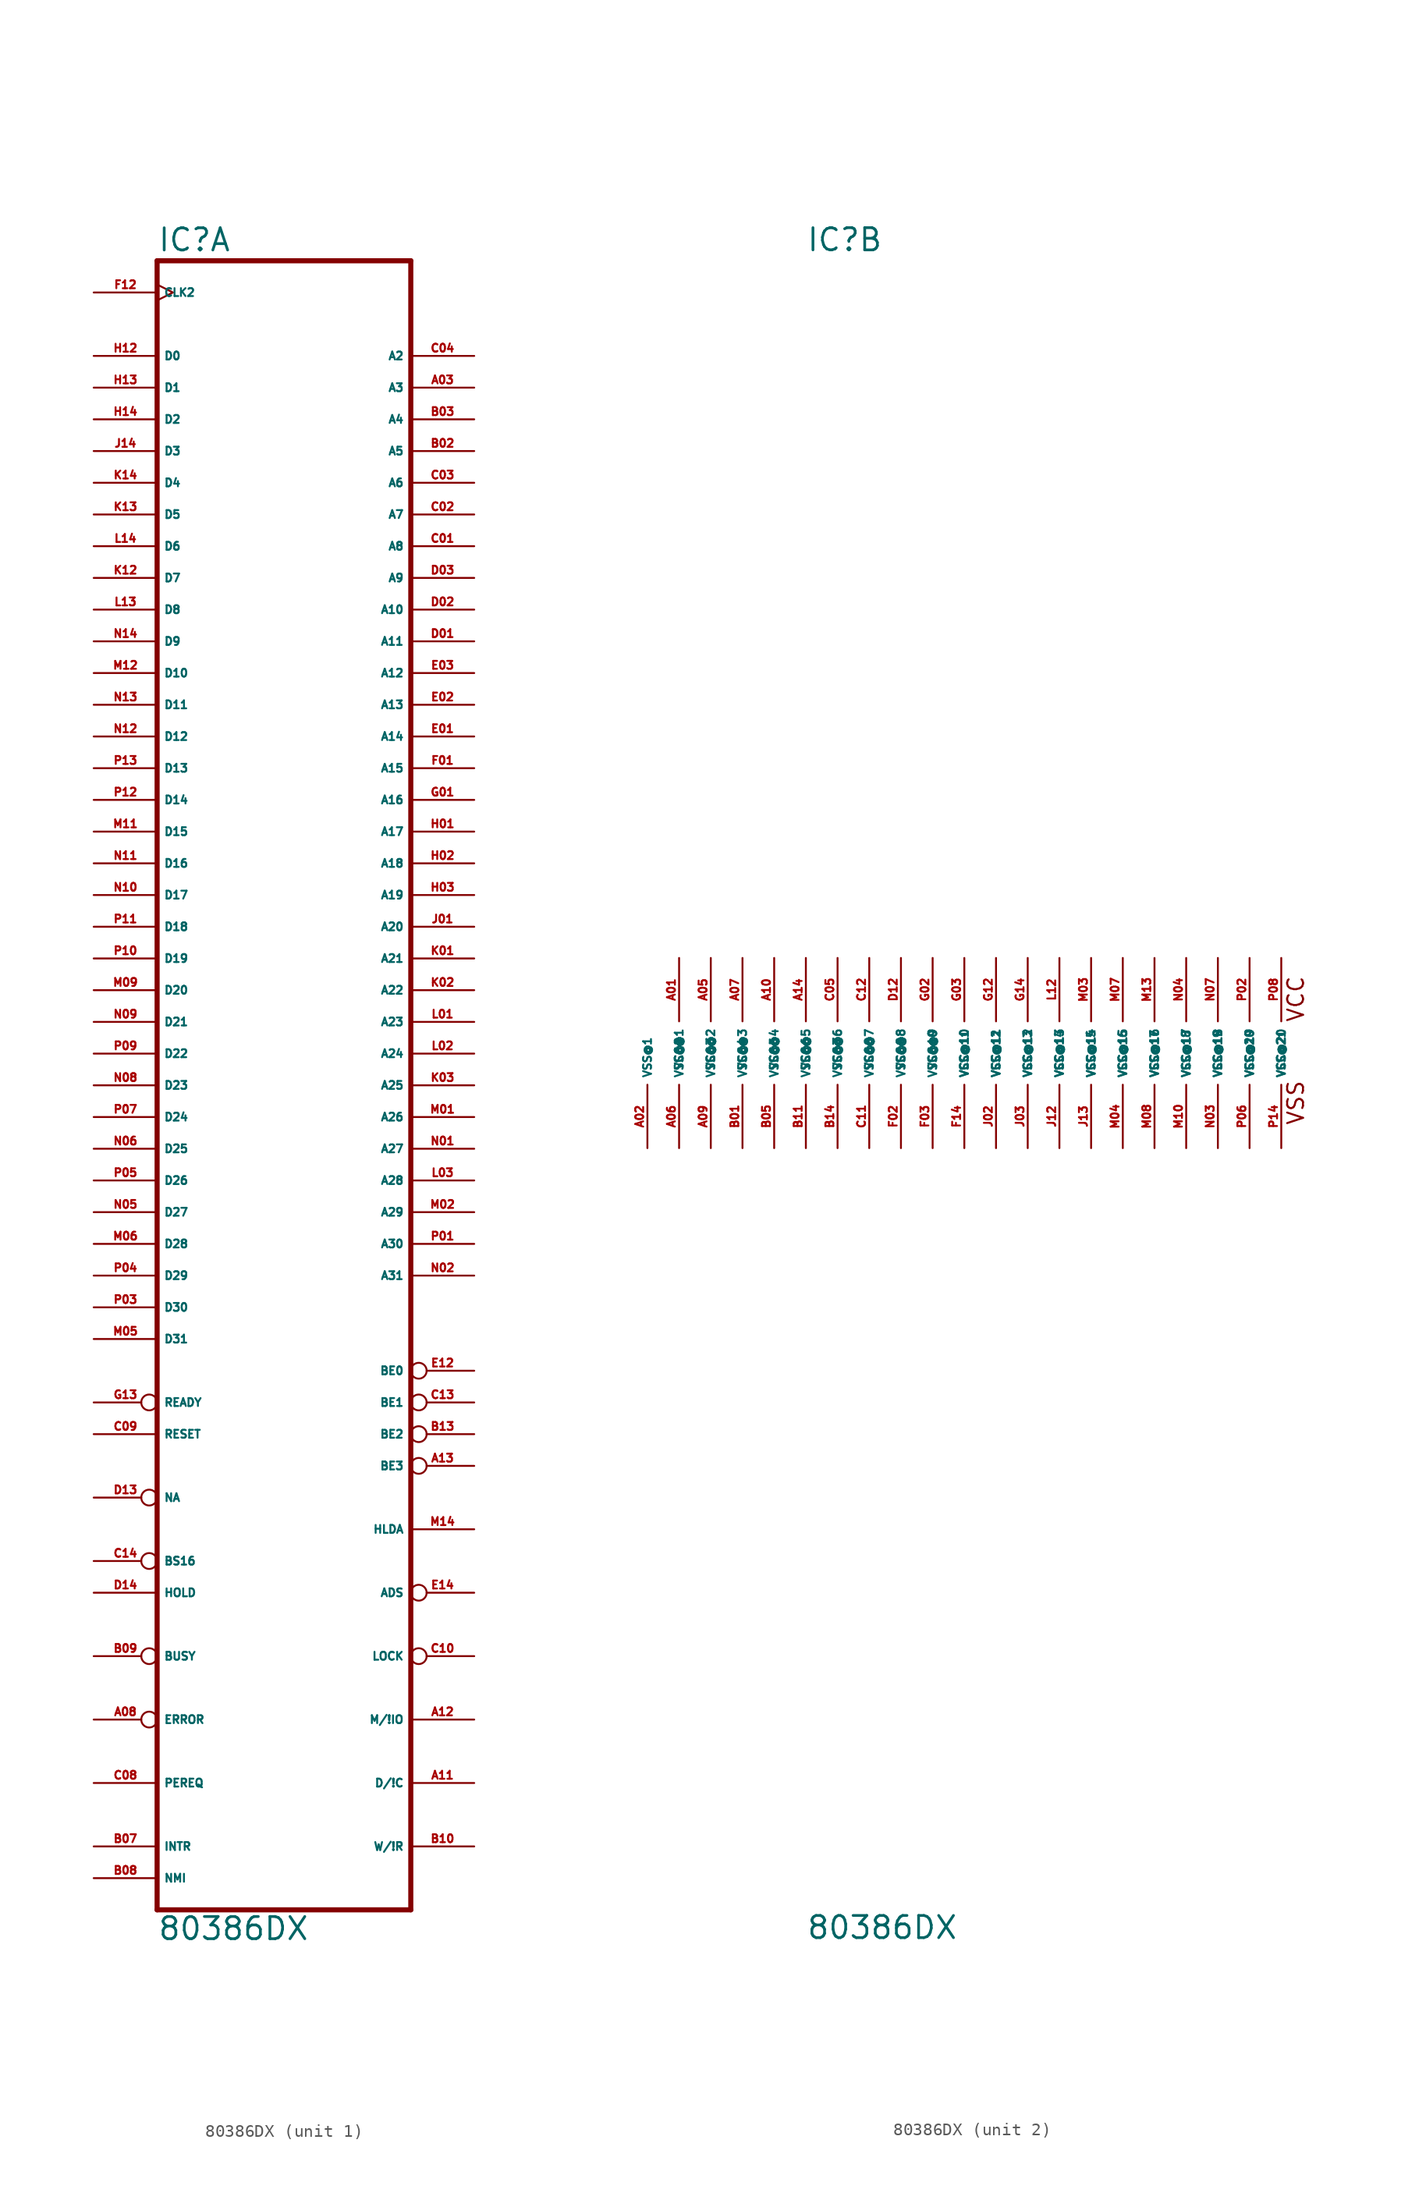
<source format=kicad_sym>
(kicad_symbol_lib
  (version 20220914)
  (generator Eagle2Kicad)
  (symbol "80386DX"
    (property "Reference" "IC"
      (at -10.16 64.135 0)
      (effects (font (size 1.778 1.778) (thickness 0.22)) (justify left bottom)))
    (property "Value" "80386DX"
      (at -10.16 -71.12 0)
      (effects (font (size 1.778 1.778) (thickness 0.22)) (justify left bottom)))
    (symbol "80386DX_1_0"
      (polyline (pts (xy -10.16 -68.58) (xy 10.16 -68.58)) (stroke (width 0.406) (type default)) (fill (type none)))
      (polyline (pts (xy 10.16 63.5) (xy 10.16 -68.58)) (stroke (width 0.406) (type default)) (fill (type none)))
      (polyline (pts (xy 10.16 63.5) (xy -10.16 63.5)) (stroke (width 0.406) (type default)) (fill (type none)))
      (polyline (pts (xy -10.16 -68.58) (xy -10.16 63.5)) (stroke (width 0.406) (type default)) (fill (type none)))
      (pin input clock (at -15.24 60.96 0) (length 5.08) (name "CLK2" (effects (font (size 0.635 0.635) (thickness 0.08)) (justify left bottom))) (number "F12" (effects (font (size 0.635 0.635) (thickness 0.08)) (justify left bottom))))
      (pin output line (at 15.24 55.88 180) (length 5.08) (name "A2" (effects (font (size 0.635 0.635) (thickness 0.08)) (justify left bottom))) (number "C04" (effects (font (size 0.635 0.635) (thickness 0.08)) (justify left bottom))))
      (pin output line (at 15.24 53.34 180) (length 5.08) (name "A3" (effects (font (size 0.635 0.635) (thickness 0.08)) (justify left bottom))) (number "A03" (effects (font (size 0.635 0.635) (thickness 0.08)) (justify left bottom))))
      (pin output line (at 15.24 50.8 180) (length 5.08) (name "A4" (effects (font (size 0.635 0.635) (thickness 0.08)) (justify left bottom))) (number "B03" (effects (font (size 0.635 0.635) (thickness 0.08)) (justify left bottom))))
      (pin output line (at 15.24 48.26 180) (length 5.08) (name "A5" (effects (font (size 0.635 0.635) (thickness 0.08)) (justify left bottom))) (number "B02" (effects (font (size 0.635 0.635) (thickness 0.08)) (justify left bottom))))
      (pin output line (at 15.24 45.72 180) (length 5.08) (name "A6" (effects (font (size 0.635 0.635) (thickness 0.08)) (justify left bottom))) (number "C03" (effects (font (size 0.635 0.635) (thickness 0.08)) (justify left bottom))))
      (pin output line (at 15.24 43.18 180) (length 5.08) (name "A7" (effects (font (size 0.635 0.635) (thickness 0.08)) (justify left bottom))) (number "C02" (effects (font (size 0.635 0.635) (thickness 0.08)) (justify left bottom))))
      (pin output line (at 15.24 40.64 180) (length 5.08) (name "A8" (effects (font (size 0.635 0.635) (thickness 0.08)) (justify left bottom))) (number "C01" (effects (font (size 0.635 0.635) (thickness 0.08)) (justify left bottom))))
      (pin output line (at 15.24 38.1 180) (length 5.08) (name "A9" (effects (font (size 0.635 0.635) (thickness 0.08)) (justify left bottom))) (number "D03" (effects (font (size 0.635 0.635) (thickness 0.08)) (justify left bottom))))
      (pin output line (at 15.24 35.56 180) (length 5.08) (name "A10" (effects (font (size 0.635 0.635) (thickness 0.08)) (justify left bottom))) (number "D02" (effects (font (size 0.635 0.635) (thickness 0.08)) (justify left bottom))))
      (pin output line (at 15.24 33.02 180) (length 5.08) (name "A11" (effects (font (size 0.635 0.635) (thickness 0.08)) (justify left bottom))) (number "D01" (effects (font (size 0.635 0.635) (thickness 0.08)) (justify left bottom))))
      (pin output line (at 15.24 30.48 180) (length 5.08) (name "A12" (effects (font (size 0.635 0.635) (thickness 0.08)) (justify left bottom))) (number "E03" (effects (font (size 0.635 0.635) (thickness 0.08)) (justify left bottom))))
      (pin output line (at 15.24 27.94 180) (length 5.08) (name "A13" (effects (font (size 0.635 0.635) (thickness 0.08)) (justify left bottom))) (number "E02" (effects (font (size 0.635 0.635) (thickness 0.08)) (justify left bottom))))
      (pin output line (at 15.24 25.4 180) (length 5.08) (name "A14" (effects (font (size 0.635 0.635) (thickness 0.08)) (justify left bottom))) (number "E01" (effects (font (size 0.635 0.635) (thickness 0.08)) (justify left bottom))))
      (pin output line (at 15.24 22.86 180) (length 5.08) (name "A15" (effects (font (size 0.635 0.635) (thickness 0.08)) (justify left bottom))) (number "F01" (effects (font (size 0.635 0.635) (thickness 0.08)) (justify left bottom))))
      (pin output line (at 15.24 20.32 180) (length 5.08) (name "A16" (effects (font (size 0.635 0.635) (thickness 0.08)) (justify left bottom))) (number "G01" (effects (font (size 0.635 0.635) (thickness 0.08)) (justify left bottom))))
      (pin output line (at 15.24 17.78 180) (length 5.08) (name "A17" (effects (font (size 0.635 0.635) (thickness 0.08)) (justify left bottom))) (number "H01" (effects (font (size 0.635 0.635) (thickness 0.08)) (justify left bottom))))
      (pin output line (at 15.24 15.24 180) (length 5.08) (name "A18" (effects (font (size 0.635 0.635) (thickness 0.08)) (justify left bottom))) (number "H02" (effects (font (size 0.635 0.635) (thickness 0.08)) (justify left bottom))))
      (pin output line (at 15.24 12.7 180) (length 5.08) (name "A19" (effects (font (size 0.635 0.635) (thickness 0.08)) (justify left bottom))) (number "H03" (effects (font (size 0.635 0.635) (thickness 0.08)) (justify left bottom))))
      (pin output line (at 15.24 10.16 180) (length 5.08) (name "A20" (effects (font (size 0.635 0.635) (thickness 0.08)) (justify left bottom))) (number "J01" (effects (font (size 0.635 0.635) (thickness 0.08)) (justify left bottom))))
      (pin output line (at 15.24 7.62 180) (length 5.08) (name "A21" (effects (font (size 0.635 0.635) (thickness 0.08)) (justify left bottom))) (number "K01" (effects (font (size 0.635 0.635) (thickness 0.08)) (justify left bottom))))
      (pin output line (at 15.24 5.08 180) (length 5.08) (name "A22" (effects (font (size 0.635 0.635) (thickness 0.08)) (justify left bottom))) (number "K02" (effects (font (size 0.635 0.635) (thickness 0.08)) (justify left bottom))))
      (pin output line (at 15.24 2.54 180) (length 5.08) (name "A23" (effects (font (size 0.635 0.635) (thickness 0.08)) (justify left bottom))) (number "L01" (effects (font (size 0.635 0.635) (thickness 0.08)) (justify left bottom))))
      (pin output line (at 15.24 0 180) (length 5.08) (name "A24" (effects (font (size 0.635 0.635) (thickness 0.08)) (justify left bottom))) (number "L02" (effects (font (size 0.635 0.635) (thickness 0.08)) (justify left bottom))))
      (pin output line (at 15.24 -2.54 180) (length 5.08) (name "A25" (effects (font (size 0.635 0.635) (thickness 0.08)) (justify left bottom))) (number "K03" (effects (font (size 0.635 0.635) (thickness 0.08)) (justify left bottom))))
      (pin output line (at 15.24 -5.08 180) (length 5.08) (name "A26" (effects (font (size 0.635 0.635) (thickness 0.08)) (justify left bottom))) (number "M01" (effects (font (size 0.635 0.635) (thickness 0.08)) (justify left bottom))))
      (pin output line (at 15.24 -7.62 180) (length 5.08) (name "A27" (effects (font (size 0.635 0.635) (thickness 0.08)) (justify left bottom))) (number "N01" (effects (font (size 0.635 0.635) (thickness 0.08)) (justify left bottom))))
      (pin output line (at 15.24 -10.16 180) (length 5.08) (name "A28" (effects (font (size 0.635 0.635) (thickness 0.08)) (justify left bottom))) (number "L03" (effects (font (size 0.635 0.635) (thickness 0.08)) (justify left bottom))))
      (pin output line (at 15.24 -12.7 180) (length 5.08) (name "A29" (effects (font (size 0.635 0.635) (thickness 0.08)) (justify left bottom))) (number "M02" (effects (font (size 0.635 0.635) (thickness 0.08)) (justify left bottom))))
      (pin output line (at 15.24 -15.24 180) (length 5.08) (name "A30" (effects (font (size 0.635 0.635) (thickness 0.08)) (justify left bottom))) (number "P01" (effects (font (size 0.635 0.635) (thickness 0.08)) (justify left bottom))))
      (pin output line (at 15.24 -17.78 180) (length 5.08) (name "A31" (effects (font (size 0.635 0.635) (thickness 0.08)) (justify left bottom))) (number "N02" (effects (font (size 0.635 0.635) (thickness 0.08)) (justify left bottom))))
      (pin bidirectional line (at -15.24 55.88 0) (length 5.08) (name "D0" (effects (font (size 0.635 0.635) (thickness 0.08)) (justify left bottom))) (number "H12" (effects (font (size 0.635 0.635) (thickness 0.08)) (justify left bottom))))
      (pin bidirectional line (at -15.24 53.34 0) (length 5.08) (name "D1" (effects (font (size 0.635 0.635) (thickness 0.08)) (justify left bottom))) (number "H13" (effects (font (size 0.635 0.635) (thickness 0.08)) (justify left bottom))))
      (pin bidirectional line (at -15.24 50.8 0) (length 5.08) (name "D2" (effects (font (size 0.635 0.635) (thickness 0.08)) (justify left bottom))) (number "H14" (effects (font (size 0.635 0.635) (thickness 0.08)) (justify left bottom))))
      (pin bidirectional line (at -15.24 48.26 0) (length 5.08) (name "D3" (effects (font (size 0.635 0.635) (thickness 0.08)) (justify left bottom))) (number "J14" (effects (font (size 0.635 0.635) (thickness 0.08)) (justify left bottom))))
      (pin bidirectional line (at -15.24 45.72 0) (length 5.08) (name "D4" (effects (font (size 0.635 0.635) (thickness 0.08)) (justify left bottom))) (number "K14" (effects (font (size 0.635 0.635) (thickness 0.08)) (justify left bottom))))
      (pin bidirectional line (at -15.24 43.18 0) (length 5.08) (name "D5" (effects (font (size 0.635 0.635) (thickness 0.08)) (justify left bottom))) (number "K13" (effects (font (size 0.635 0.635) (thickness 0.08)) (justify left bottom))))
      (pin bidirectional line (at -15.24 40.64 0) (length 5.08) (name "D6" (effects (font (size 0.635 0.635) (thickness 0.08)) (justify left bottom))) (number "L14" (effects (font (size 0.635 0.635) (thickness 0.08)) (justify left bottom))))
      (pin bidirectional line (at -15.24 38.1 0) (length 5.08) (name "D7" (effects (font (size 0.635 0.635) (thickness 0.08)) (justify left bottom))) (number "K12" (effects (font (size 0.635 0.635) (thickness 0.08)) (justify left bottom))))
      (pin bidirectional line (at -15.24 35.56 0) (length 5.08) (name "D8" (effects (font (size 0.635 0.635) (thickness 0.08)) (justify left bottom))) (number "L13" (effects (font (size 0.635 0.635) (thickness 0.08)) (justify left bottom))))
      (pin bidirectional line (at -15.24 33.02 0) (length 5.08) (name "D9" (effects (font (size 0.635 0.635) (thickness 0.08)) (justify left bottom))) (number "N14" (effects (font (size 0.635 0.635) (thickness 0.08)) (justify left bottom))))
      (pin bidirectional line (at -15.24 30.48 0) (length 5.08) (name "D10" (effects (font (size 0.635 0.635) (thickness 0.08)) (justify left bottom))) (number "M12" (effects (font (size 0.635 0.635) (thickness 0.08)) (justify left bottom))))
      (pin bidirectional line (at -15.24 27.94 0) (length 5.08) (name "D11" (effects (font (size 0.635 0.635) (thickness 0.08)) (justify left bottom))) (number "N13" (effects (font (size 0.635 0.635) (thickness 0.08)) (justify left bottom))))
      (pin bidirectional line (at -15.24 25.4 0) (length 5.08) (name "D12" (effects (font (size 0.635 0.635) (thickness 0.08)) (justify left bottom))) (number "N12" (effects (font (size 0.635 0.635) (thickness 0.08)) (justify left bottom))))
      (pin bidirectional line (at -15.24 22.86 0) (length 5.08) (name "D13" (effects (font (size 0.635 0.635) (thickness 0.08)) (justify left bottom))) (number "P13" (effects (font (size 0.635 0.635) (thickness 0.08)) (justify left bottom))))
      (pin bidirectional line (at -15.24 20.32 0) (length 5.08) (name "D14" (effects (font (size 0.635 0.635) (thickness 0.08)) (justify left bottom))) (number "P12" (effects (font (size 0.635 0.635) (thickness 0.08)) (justify left bottom))))
      (pin bidirectional line (at -15.24 17.78 0) (length 5.08) (name "D15" (effects (font (size 0.635 0.635) (thickness 0.08)) (justify left bottom))) (number "M11" (effects (font (size 0.635 0.635) (thickness 0.08)) (justify left bottom))))
      (pin bidirectional line (at -15.24 15.24 0) (length 5.08) (name "D16" (effects (font (size 0.635 0.635) (thickness 0.08)) (justify left bottom))) (number "N11" (effects (font (size 0.635 0.635) (thickness 0.08)) (justify left bottom))))
      (pin bidirectional line (at -15.24 12.7 0) (length 5.08) (name "D17" (effects (font (size 0.635 0.635) (thickness 0.08)) (justify left bottom))) (number "N10" (effects (font (size 0.635 0.635) (thickness 0.08)) (justify left bottom))))
      (pin bidirectional line (at -15.24 10.16 0) (length 5.08) (name "D18" (effects (font (size 0.635 0.635) (thickness 0.08)) (justify left bottom))) (number "P11" (effects (font (size 0.635 0.635) (thickness 0.08)) (justify left bottom))))
      (pin bidirectional line (at -15.24 7.62 0) (length 5.08) (name "D19" (effects (font (size 0.635 0.635) (thickness 0.08)) (justify left bottom))) (number "P10" (effects (font (size 0.635 0.635) (thickness 0.08)) (justify left bottom))))
      (pin bidirectional line (at -15.24 5.08 0) (length 5.08) (name "D20" (effects (font (size 0.635 0.635) (thickness 0.08)) (justify left bottom))) (number "M09" (effects (font (size 0.635 0.635) (thickness 0.08)) (justify left bottom))))
      (pin bidirectional line (at -15.24 2.54 0) (length 5.08) (name "D21" (effects (font (size 0.635 0.635) (thickness 0.08)) (justify left bottom))) (number "N09" (effects (font (size 0.635 0.635) (thickness 0.08)) (justify left bottom))))
      (pin bidirectional line (at -15.24 0 0) (length 5.08) (name "D22" (effects (font (size 0.635 0.635) (thickness 0.08)) (justify left bottom))) (number "P09" (effects (font (size 0.635 0.635) (thickness 0.08)) (justify left bottom))))
      (pin bidirectional line (at -15.24 -2.54 0) (length 5.08) (name "D23" (effects (font (size 0.635 0.635) (thickness 0.08)) (justify left bottom))) (number "N08" (effects (font (size 0.635 0.635) (thickness 0.08)) (justify left bottom))))
      (pin bidirectional line (at -15.24 -5.08 0) (length 5.08) (name "D24" (effects (font (size 0.635 0.635) (thickness 0.08)) (justify left bottom))) (number "P07" (effects (font (size 0.635 0.635) (thickness 0.08)) (justify left bottom))))
      (pin bidirectional line (at -15.24 -7.62 0) (length 5.08) (name "D25" (effects (font (size 0.635 0.635) (thickness 0.08)) (justify left bottom))) (number "N06" (effects (font (size 0.635 0.635) (thickness 0.08)) (justify left bottom))))
      (pin bidirectional line (at -15.24 -10.16 0) (length 5.08) (name "D26" (effects (font (size 0.635 0.635) (thickness 0.08)) (justify left bottom))) (number "P05" (effects (font (size 0.635 0.635) (thickness 0.08)) (justify left bottom))))
      (pin bidirectional line (at -15.24 -12.7 0) (length 5.08) (name "D27" (effects (font (size 0.635 0.635) (thickness 0.08)) (justify left bottom))) (number "N05" (effects (font (size 0.635 0.635) (thickness 0.08)) (justify left bottom))))
      (pin bidirectional line (at -15.24 -15.24 0) (length 5.08) (name "D28" (effects (font (size 0.635 0.635) (thickness 0.08)) (justify left bottom))) (number "M06" (effects (font (size 0.635 0.635) (thickness 0.08)) (justify left bottom))))
      (pin bidirectional line (at -15.24 -17.78 0) (length 5.08) (name "D29" (effects (font (size 0.635 0.635) (thickness 0.08)) (justify left bottom))) (number "P04" (effects (font (size 0.635 0.635) (thickness 0.08)) (justify left bottom))))
      (pin bidirectional line (at -15.24 -20.32 0) (length 5.08) (name "D30" (effects (font (size 0.635 0.635) (thickness 0.08)) (justify left bottom))) (number "P03" (effects (font (size 0.635 0.635) (thickness 0.08)) (justify left bottom))))
      (pin bidirectional line (at -15.24 -22.86 0) (length 5.08) (name "D31" (effects (font (size 0.635 0.635) (thickness 0.08)) (justify left bottom))) (number "M05" (effects (font (size 0.635 0.635) (thickness 0.08)) (justify left bottom))))
      (pin input inverted (at -15.24 -35.56 0) (length 5.08) (name "NA" (effects (font (size 0.635 0.635) (thickness 0.08)) (justify left bottom))) (number "D13" (effects (font (size 0.635 0.635) (thickness 0.08)) (justify left bottom))))
      (pin input inverted (at -15.24 -40.64 0) (length 5.08) (name "BS16" (effects (font (size 0.635 0.635) (thickness 0.08)) (justify left bottom))) (number "C14" (effects (font (size 0.635 0.635) (thickness 0.08)) (justify left bottom))))
      (pin input inverted (at -15.24 -27.94 0) (length 5.08) (name "READY" (effects (font (size 0.635 0.635) (thickness 0.08)) (justify left bottom))) (number "G13" (effects (font (size 0.635 0.635) (thickness 0.08)) (justify left bottom))))
      (pin input line (at -15.24 -43.18 0) (length 5.08) (name "HOLD" (effects (font (size 0.635 0.635) (thickness 0.08)) (justify left bottom))) (number "D14" (effects (font (size 0.635 0.635) (thickness 0.08)) (justify left bottom))))
      (pin input inverted (at -15.24 -48.26 0) (length 5.08) (name "BUSY" (effects (font (size 0.635 0.635) (thickness 0.08)) (justify left bottom))) (number "B09" (effects (font (size 0.635 0.635) (thickness 0.08)) (justify left bottom))))
      (pin input inverted (at -15.24 -53.34 0) (length 5.08) (name "ERROR" (effects (font (size 0.635 0.635) (thickness 0.08)) (justify left bottom))) (number "A08" (effects (font (size 0.635 0.635) (thickness 0.08)) (justify left bottom))))
      (pin input line (at -15.24 -58.42 0) (length 5.08) (name "PEREQ" (effects (font (size 0.635 0.635) (thickness 0.08)) (justify left bottom))) (number "C08" (effects (font (size 0.635 0.635) (thickness 0.08)) (justify left bottom))))
      (pin input line (at -15.24 -63.5 0) (length 5.08) (name "INTR" (effects (font (size 0.635 0.635) (thickness 0.08)) (justify left bottom))) (number "B07" (effects (font (size 0.635 0.635) (thickness 0.08)) (justify left bottom))))
      (pin input line (at -15.24 -66.04 0) (length 5.08) (name "NMI" (effects (font (size 0.635 0.635) (thickness 0.08)) (justify left bottom))) (number "B08" (effects (font (size 0.635 0.635) (thickness 0.08)) (justify left bottom))))
      (pin input line (at -15.24 -30.48 0) (length 5.08) (name "RESET" (effects (font (size 0.635 0.635) (thickness 0.08)) (justify left bottom))) (number "C09" (effects (font (size 0.635 0.635) (thickness 0.08)) (justify left bottom))))
      (pin output line (at 15.24 -38.1 180) (length 5.08) (name "HLDA" (effects (font (size 0.635 0.635) (thickness 0.08)) (justify left bottom))) (number "M14" (effects (font (size 0.635 0.635) (thickness 0.08)) (justify left bottom))))
      (pin output inverted (at 15.24 -43.18 180) (length 5.08) (name "ADS" (effects (font (size 0.635 0.635) (thickness 0.08)) (justify left bottom))) (number "E14" (effects (font (size 0.635 0.635) (thickness 0.08)) (justify left bottom))))
      (pin output inverted (at 15.24 -48.26 180) (length 5.08) (name "LOCK" (effects (font (size 0.635 0.635) (thickness 0.08)) (justify left bottom))) (number "C10" (effects (font (size 0.635 0.635) (thickness 0.08)) (justify left bottom))))
      (pin output line (at 15.24 -53.34 180) (length 5.08) (name "M/!IO" (effects (font (size 0.635 0.635) (thickness 0.08)) (justify left bottom))) (number "A12" (effects (font (size 0.635 0.635) (thickness 0.08)) (justify left bottom))))
      (pin output line (at 15.24 -58.42 180) (length 5.08) (name "D/!C" (effects (font (size 0.635 0.635) (thickness 0.08)) (justify left bottom))) (number "A11" (effects (font (size 0.635 0.635) (thickness 0.08)) (justify left bottom))))
      (pin output line (at 15.24 -63.5 180) (length 5.08) (name "W/!R" (effects (font (size 0.635 0.635) (thickness 0.08)) (justify left bottom))) (number "B10" (effects (font (size 0.635 0.635) (thickness 0.08)) (justify left bottom))))
      (pin output inverted (at 15.24 -33.02 180) (length 5.08) (name "BE3" (effects (font (size 0.635 0.635) (thickness 0.08)) (justify left bottom))) (number "A13" (effects (font (size 0.635 0.635) (thickness 0.08)) (justify left bottom))))
      (pin output inverted (at 15.24 -30.48 180) (length 5.08) (name "BE2" (effects (font (size 0.635 0.635) (thickness 0.08)) (justify left bottom))) (number "B13" (effects (font (size 0.635 0.635) (thickness 0.08)) (justify left bottom))))
      (pin output inverted (at 15.24 -27.94 180) (length 5.08) (name "BE1" (effects (font (size 0.635 0.635) (thickness 0.08)) (justify left bottom))) (number "C13" (effects (font (size 0.635 0.635) (thickness 0.08)) (justify left bottom))))
      (pin output inverted (at 15.24 -25.4 180) (length 5.08) (name "BE0" (effects (font (size 0.635 0.635) (thickness 0.08)) (justify left bottom))) (number "E12" (effects (font (size 0.635 0.635) (thickness 0.08)) (justify left bottom)))))
    (symbol "80386DX_2_0"
      (text "VCC" (at 29.845 2.413 900) (effects (font (size 1.27 1.27) (thickness 0.16)) (justify left bottom)))
      (text "VSS" (at 29.845 -5.842 900) (effects (font (size 1.27 1.27) (thickness 0.16)) (justify left bottom)))
      (pin unspecified line (at -20.32 7.62 270) (length 5.08) (name "VCC@1" (effects (font (size 0.635 0.635) (thickness 0.08)) (justify left bottom))) (number "A01" (effects (font (size 0.635 0.635) (thickness 0.08)) (justify left bottom))))
      (pin unspecified line (at -17.78 7.62 270) (length 5.08) (name "VCC@2" (effects (font (size 0.635 0.635) (thickness 0.08)) (justify left bottom))) (number "A05" (effects (font (size 0.635 0.635) (thickness 0.08)) (justify left bottom))))
      (pin unspecified line (at -15.24 7.62 270) (length 5.08) (name "VCC@3" (effects (font (size 0.635 0.635) (thickness 0.08)) (justify left bottom))) (number "A07" (effects (font (size 0.635 0.635) (thickness 0.08)) (justify left bottom))))
      (pin unspecified line (at -12.7 7.62 270) (length 5.08) (name "VCC@4" (effects (font (size 0.635 0.635) (thickness 0.08)) (justify left bottom))) (number "A10" (effects (font (size 0.635 0.635) (thickness 0.08)) (justify left bottom))))
      (pin unspecified line (at -10.16 7.62 270) (length 5.08) (name "VCC@5" (effects (font (size 0.635 0.635) (thickness 0.08)) (justify left bottom))) (number "A14" (effects (font (size 0.635 0.635) (thickness 0.08)) (justify left bottom))))
      (pin unspecified line (at -7.62 7.62 270) (length 5.08) (name "VCC@6" (effects (font (size 0.635 0.635) (thickness 0.08)) (justify left bottom))) (number "C05" (effects (font (size 0.635 0.635) (thickness 0.08)) (justify left bottom))))
      (pin unspecified line (at -5.08 7.62 270) (length 5.08) (name "VCC@7" (effects (font (size 0.635 0.635) (thickness 0.08)) (justify left bottom))) (number "C12" (effects (font (size 0.635 0.635) (thickness 0.08)) (justify left bottom))))
      (pin unspecified line (at -2.54 7.62 270) (length 5.08) (name "VCC@8" (effects (font (size 0.635 0.635) (thickness 0.08)) (justify left bottom))) (number "D12" (effects (font (size 0.635 0.635) (thickness 0.08)) (justify left bottom))))
      (pin unspecified line (at 0 7.62 270) (length 5.08) (name "VCC@9" (effects (font (size 0.635 0.635) (thickness 0.08)) (justify left bottom))) (number "G02" (effects (font (size 0.635 0.635) (thickness 0.08)) (justify left bottom))))
      (pin unspecified line (at 2.54 7.62 270) (length 5.08) (name "VCC@10" (effects (font (size 0.635 0.635) (thickness 0.08)) (justify left bottom))) (number "G03" (effects (font (size 0.635 0.635) (thickness 0.08)) (justify left bottom))))
      (pin unspecified line (at 5.08 7.62 270) (length 5.08) (name "VCC@11" (effects (font (size 0.635 0.635) (thickness 0.08)) (justify left bottom))) (number "G12" (effects (font (size 0.635 0.635) (thickness 0.08)) (justify left bottom))))
      (pin unspecified line (at 7.62 7.62 270) (length 5.08) (name "VCC@12" (effects (font (size 0.635 0.635) (thickness 0.08)) (justify left bottom))) (number "G14" (effects (font (size 0.635 0.635) (thickness 0.08)) (justify left bottom))))
      (pin unspecified line (at 10.16 7.62 270) (length 5.08) (name "VCC@13" (effects (font (size 0.635 0.635) (thickness 0.08)) (justify left bottom))) (number "L12" (effects (font (size 0.635 0.635) (thickness 0.08)) (justify left bottom))))
      (pin unspecified line (at 12.7 7.62 270) (length 5.08) (name "VCC@14" (effects (font (size 0.635 0.635) (thickness 0.08)) (justify left bottom))) (number "M03" (effects (font (size 0.635 0.635) (thickness 0.08)) (justify left bottom))))
      (pin unspecified line (at 15.24 7.62 270) (length 5.08) (name "VCC@15" (effects (font (size 0.635 0.635) (thickness 0.08)) (justify left bottom))) (number "M07" (effects (font (size 0.635 0.635) (thickness 0.08)) (justify left bottom))))
      (pin unspecified line (at 17.78 7.62 270) (length 5.08) (name "VCC@16" (effects (font (size 0.635 0.635) (thickness 0.08)) (justify left bottom))) (number "M13" (effects (font (size 0.635 0.635) (thickness 0.08)) (justify left bottom))))
      (pin unspecified line (at 20.32 7.62 270) (length 5.08) (name "VCC@17" (effects (font (size 0.635 0.635) (thickness 0.08)) (justify left bottom))) (number "N04" (effects (font (size 0.635 0.635) (thickness 0.08)) (justify left bottom))))
      (pin unspecified line (at 22.86 7.62 270) (length 5.08) (name "VCC@18" (effects (font (size 0.635 0.635) (thickness 0.08)) (justify left bottom))) (number "N07" (effects (font (size 0.635 0.635) (thickness 0.08)) (justify left bottom))))
      (pin unspecified line (at 25.4 7.62 270) (length 5.08) (name "VCC@19" (effects (font (size 0.635 0.635) (thickness 0.08)) (justify left bottom))) (number "P02" (effects (font (size 0.635 0.635) (thickness 0.08)) (justify left bottom))))
      (pin unspecified line (at 27.94 7.62 270) (length 5.08) (name "VCC@20" (effects (font (size 0.635 0.635) (thickness 0.08)) (justify left bottom))) (number "P08" (effects (font (size 0.635 0.635) (thickness 0.08)) (justify left bottom))))
      (pin unspecified line (at 25.4 -7.62 90) (length 5.08) (name "VSS@20" (effects (font (size 0.635 0.635) (thickness 0.08)) (justify left bottom))) (number "P06" (effects (font (size 0.635 0.635) (thickness 0.08)) (justify left bottom))))
      (pin unspecified line (at 22.86 -7.62 90) (length 5.08) (name "VSS@19" (effects (font (size 0.635 0.635) (thickness 0.08)) (justify left bottom))) (number "N03" (effects (font (size 0.635 0.635) (thickness 0.08)) (justify left bottom))))
      (pin unspecified line (at 20.32 -7.62 90) (length 5.08) (name "VSS@18" (effects (font (size 0.635 0.635) (thickness 0.08)) (justify left bottom))) (number "M10" (effects (font (size 0.635 0.635) (thickness 0.08)) (justify left bottom))))
      (pin unspecified line (at 17.78 -7.62 90) (length 5.08) (name "VSS@17" (effects (font (size 0.635 0.635) (thickness 0.08)) (justify left bottom))) (number "M08" (effects (font (size 0.635 0.635) (thickness 0.08)) (justify left bottom))))
      (pin unspecified line (at 15.24 -7.62 90) (length 5.08) (name "VSS@16" (effects (font (size 0.635 0.635) (thickness 0.08)) (justify left bottom))) (number "M04" (effects (font (size 0.635 0.635) (thickness 0.08)) (justify left bottom))))
      (pin unspecified line (at 12.7 -7.62 90) (length 5.08) (name "VSS@15" (effects (font (size 0.635 0.635) (thickness 0.08)) (justify left bottom))) (number "J13" (effects (font (size 0.635 0.635) (thickness 0.08)) (justify left bottom))))
      (pin unspecified line (at 10.16 -7.62 90) (length 5.08) (name "VSS@14" (effects (font (size 0.635 0.635) (thickness 0.08)) (justify left bottom))) (number "J12" (effects (font (size 0.635 0.635) (thickness 0.08)) (justify left bottom))))
      (pin unspecified line (at 7.62 -7.62 90) (length 5.08) (name "VSS@13" (effects (font (size 0.635 0.635) (thickness 0.08)) (justify left bottom))) (number "J03" (effects (font (size 0.635 0.635) (thickness 0.08)) (justify left bottom))))
      (pin unspecified line (at 5.08 -7.62 90) (length 5.08) (name "VSS@12" (effects (font (size 0.635 0.635) (thickness 0.08)) (justify left bottom))) (number "J02" (effects (font (size 0.635 0.635) (thickness 0.08)) (justify left bottom))))
      (pin unspecified line (at 2.54 -7.62 90) (length 5.08) (name "VSS@11" (effects (font (size 0.635 0.635) (thickness 0.08)) (justify left bottom))) (number "F14" (effects (font (size 0.635 0.635) (thickness 0.08)) (justify left bottom))))
      (pin unspecified line (at 0 -7.62 90) (length 5.08) (name "VSS@10" (effects (font (size 0.635 0.635) (thickness 0.08)) (justify left bottom))) (number "F03" (effects (font (size 0.635 0.635) (thickness 0.08)) (justify left bottom))))
      (pin unspecified line (at -2.54 -7.62 90) (length 5.08) (name "VSS@9" (effects (font (size 0.635 0.635) (thickness 0.08)) (justify left bottom))) (number "F02" (effects (font (size 0.635 0.635) (thickness 0.08)) (justify left bottom))))
      (pin unspecified line (at -5.08 -7.62 90) (length 5.08) (name "VSS@8" (effects (font (size 0.635 0.635) (thickness 0.08)) (justify left bottom))) (number "C11" (effects (font (size 0.635 0.635) (thickness 0.08)) (justify left bottom))))
      (pin unspecified line (at -7.62 -7.62 90) (length 5.08) (name "VSS@7" (effects (font (size 0.635 0.635) (thickness 0.08)) (justify left bottom))) (number "B14" (effects (font (size 0.635 0.635) (thickness 0.08)) (justify left bottom))))
      (pin unspecified line (at -10.16 -7.62 90) (length 5.08) (name "VSS@6" (effects (font (size 0.635 0.635) (thickness 0.08)) (justify left bottom))) (number "B11" (effects (font (size 0.635 0.635) (thickness 0.08)) (justify left bottom))))
      (pin unspecified line (at -12.7 -7.62 90) (length 5.08) (name "VSS@5" (effects (font (size 0.635 0.635) (thickness 0.08)) (justify left bottom))) (number "B05" (effects (font (size 0.635 0.635) (thickness 0.08)) (justify left bottom))))
      (pin unspecified line (at -15.24 -7.62 90) (length 5.08) (name "VSS@4" (effects (font (size 0.635 0.635) (thickness 0.08)) (justify left bottom))) (number "B01" (effects (font (size 0.635 0.635) (thickness 0.08)) (justify left bottom))))
      (pin unspecified line (at -17.78 -7.62 90) (length 5.08) (name "VSS@3" (effects (font (size 0.635 0.635) (thickness 0.08)) (justify left bottom))) (number "A09" (effects (font (size 0.635 0.635) (thickness 0.08)) (justify left bottom))))
      (pin unspecified line (at -20.32 -7.62 90) (length 5.08) (name "VSS@2" (effects (font (size 0.635 0.635) (thickness 0.08)) (justify left bottom))) (number "A06" (effects (font (size 0.635 0.635) (thickness 0.08)) (justify left bottom))))
      (pin unspecified line (at -22.86 -7.62 90) (length 5.08) (name "VSS@1" (effects (font (size 0.635 0.635) (thickness 0.08)) (justify left bottom))) (number "A02" (effects (font (size 0.635 0.635) (thickness 0.08)) (justify left bottom))))
      (pin unspecified line (at 27.94 -7.62 90) (length 5.08) (name "VSS@21" (effects (font (size 0.635 0.635) (thickness 0.08)) (justify left bottom))) (number "P14" (effects (font (size 0.635 0.635) (thickness 0.08)) (justify left bottom)))))))
</source>
